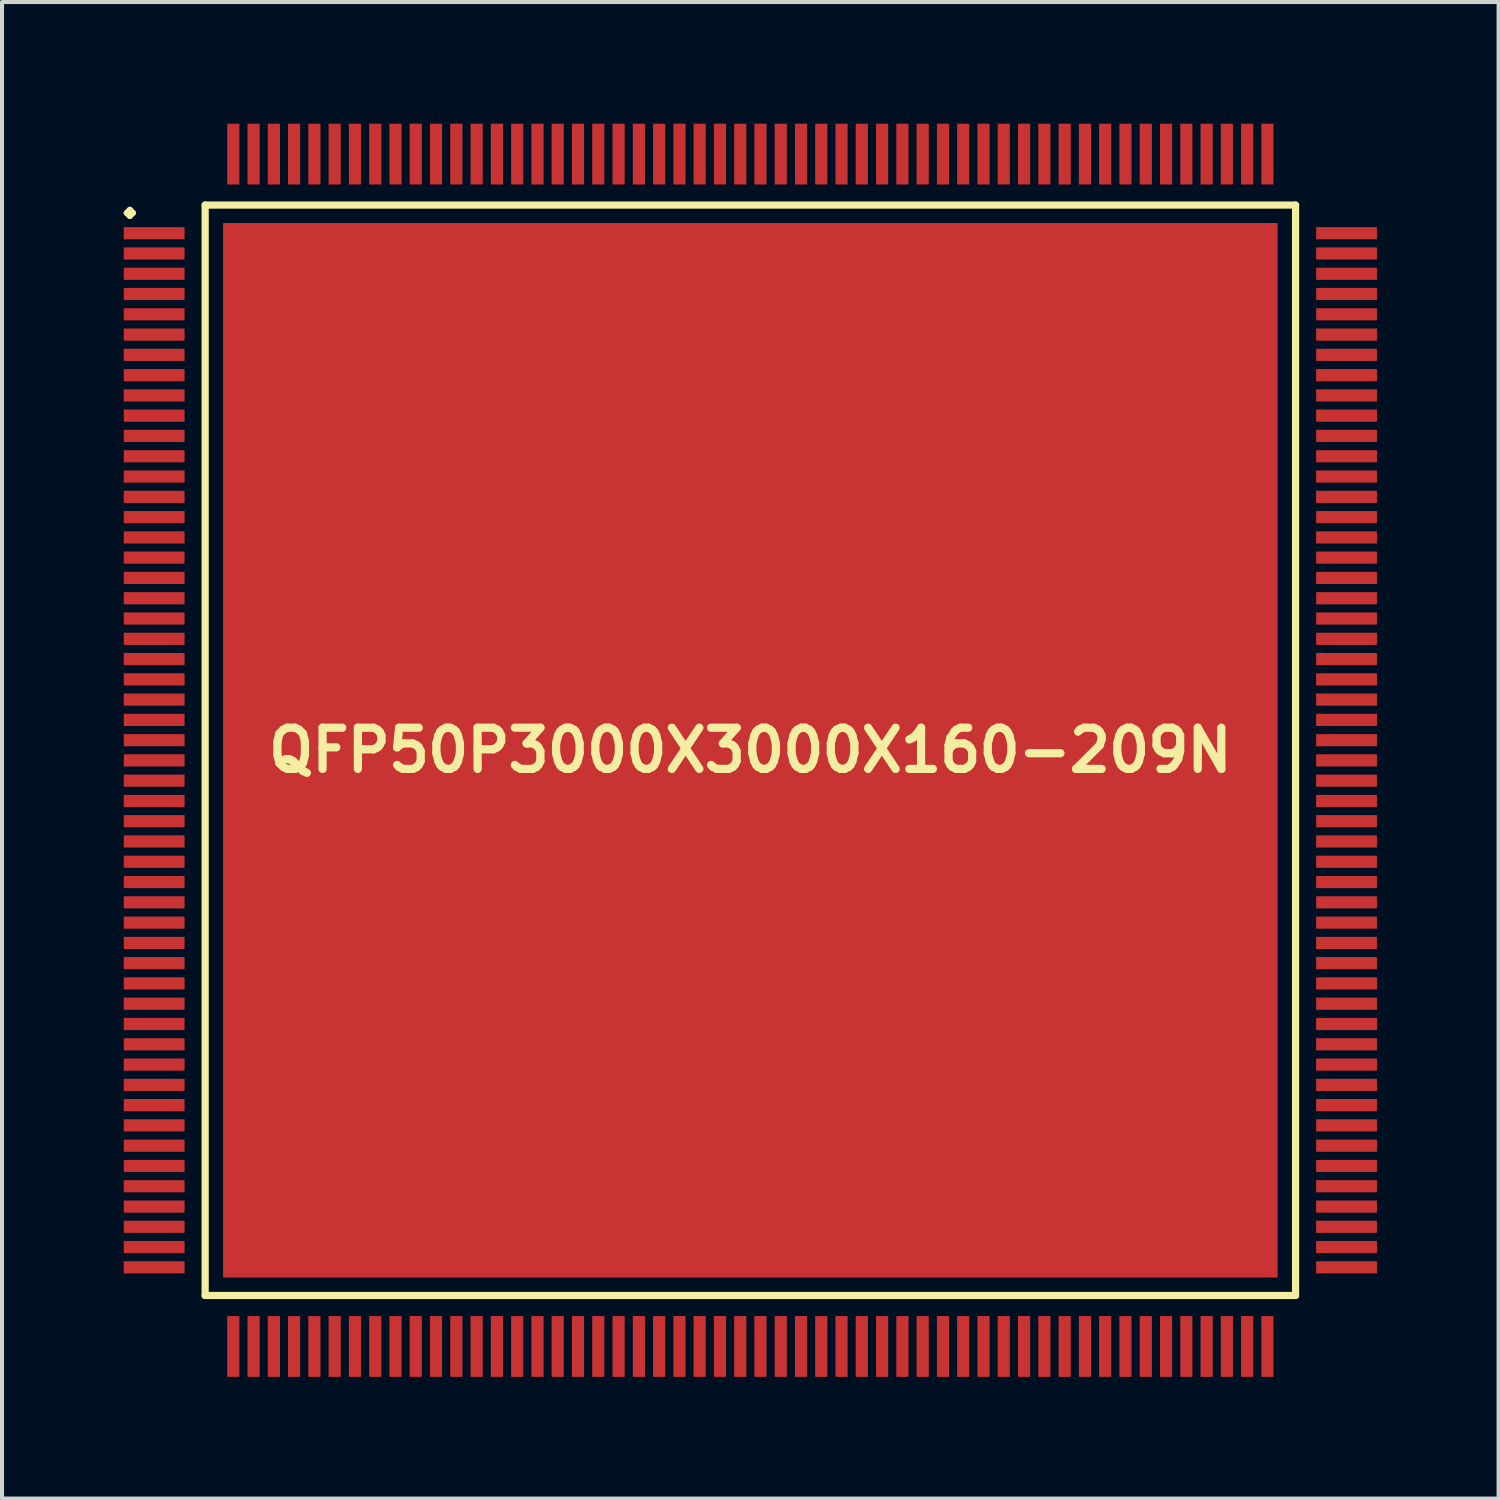
<source format=kicad_pcb>
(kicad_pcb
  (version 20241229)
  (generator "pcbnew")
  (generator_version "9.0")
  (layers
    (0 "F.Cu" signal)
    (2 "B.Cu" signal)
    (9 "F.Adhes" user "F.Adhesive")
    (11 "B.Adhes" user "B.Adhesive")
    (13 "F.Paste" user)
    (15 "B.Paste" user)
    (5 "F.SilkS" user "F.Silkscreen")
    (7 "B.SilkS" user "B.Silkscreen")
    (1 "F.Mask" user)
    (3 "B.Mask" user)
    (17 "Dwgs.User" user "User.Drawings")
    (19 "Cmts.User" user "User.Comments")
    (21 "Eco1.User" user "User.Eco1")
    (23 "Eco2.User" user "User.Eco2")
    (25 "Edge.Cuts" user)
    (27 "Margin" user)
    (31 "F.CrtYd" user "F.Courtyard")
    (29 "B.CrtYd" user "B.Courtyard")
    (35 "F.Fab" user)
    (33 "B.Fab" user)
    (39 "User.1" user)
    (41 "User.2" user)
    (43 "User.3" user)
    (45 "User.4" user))
  (footprint "QFP50P3000X3000X160-209N"
    (layer "F.Cu")
    (at 15.45 15.448)
    (property "Reference" "QFP50P3000X3000X160-209N" (at 0 0 0) (layer "F.SilkS") (effects (font (size 1.016 1.016) (thickness 0.203))))
    (attr smd)
    (fp_line (start -15.375 -13.249) (end -15.298 -13.325) (stroke (width 0.15) (type solid)) (layer "F.SilkS"))
    (fp_line (start -15.298 -13.325) (end -15.225 -13.249) (stroke (width 0.15) (type solid)) (layer "F.SilkS"))
    (fp_line (start -15.298 -13.175) (end -15.375 -13.249) (stroke (width 0.15) (type solid)) (layer "F.SilkS"))
    (fp_line (start -15.225 -13.249) (end -15.298 -13.175) (stroke (width 0.15) (type solid)) (layer "F.SilkS"))
    (fp_line (start -13.442 -13.442) (end -13.442 13.442) (stroke (width 0.178) (type solid)) (layer "F.SilkS"))
    (fp_line (start -13.442 13.442) (end 13.442 13.442) (stroke (width 0.178) (type solid)) (layer "F.SilkS"))
    (fp_line (start 13.442 -13.442) (end -13.442 -13.442) (stroke (width 0.178) (type solid)) (layer "F.SilkS"))
    (fp_line (start 13.442 13.442) (end 13.442 -13.442) (stroke (width 0.178) (type solid)) (layer "F.SilkS"))
    (pad "1" smd rect (at -14.699 -12.748) (size 1.499 0.3) (layers "F.Cu" "F.Mask" "F.Paste"))
    (pad "2" smd rect (at -14.699 -12.248) (size 1.499 0.3) (layers "F.Cu" "F.Mask" "F.Paste"))
    (pad "3" smd rect (at -14.699 -11.748) (size 1.499 0.3) (layers "F.Cu" "F.Mask" "F.Paste"))
    (pad "4" smd rect (at -14.699 -11.25) (size 1.499 0.3) (layers "F.Cu" "F.Mask" "F.Paste"))
    (pad "5" smd rect (at -14.699 -10.749) (size 1.499 0.3) (layers "F.Cu" "F.Mask" "F.Paste"))
    (pad "6" smd rect (at -14.699 -10.249) (size 1.499 0.3) (layers "F.Cu" "F.Mask" "F.Paste"))
    (pad "7" smd rect (at -14.699 -9.749) (size 1.499 0.3) (layers "F.Cu" "F.Mask" "F.Paste"))
    (pad "8" smd rect (at -14.699 -9.248) (size 1.499 0.3) (layers "F.Cu" "F.Mask" "F.Paste"))
    (pad "9" smd rect (at -14.699 -8.748) (size 1.499 0.3) (layers "F.Cu" "F.Mask" "F.Paste"))
    (pad "10" smd rect (at -14.699 -8.25) (size 1.499 0.3) (layers "F.Cu" "F.Mask" "F.Paste"))
    (pad "11" smd rect (at -14.699 -7.75) (size 1.499 0.3) (layers "F.Cu" "F.Mask" "F.Paste"))
    (pad "12" smd rect (at -14.699 -7.249) (size 1.499 0.3) (layers "F.Cu" "F.Mask" "F.Paste"))
    (pad "13" smd rect (at -14.699 -6.749) (size 1.499 0.3) (layers "F.Cu" "F.Mask" "F.Paste"))
    (pad "14" smd rect (at -14.699 -6.248) (size 1.499 0.3) (layers "F.Cu" "F.Mask" "F.Paste"))
    (pad "15" smd rect (at -14.699 -5.748) (size 1.499 0.3) (layers "F.Cu" "F.Mask" "F.Paste"))
    (pad "16" smd rect (at -14.699 -5.248) (size 1.499 0.3) (layers "F.Cu" "F.Mask" "F.Paste"))
    (pad "17" smd rect (at -14.699 -4.75) (size 1.499 0.3) (layers "F.Cu" "F.Mask" "F.Paste"))
    (pad "18" smd rect (at -14.699 -4.249) (size 1.499 0.3) (layers "F.Cu" "F.Mask" "F.Paste"))
    (pad "19" smd rect (at -14.699 -3.749) (size 1.499 0.3) (layers "F.Cu" "F.Mask" "F.Paste"))
    (pad "20" smd rect (at -14.699 -3.249) (size 1.499 0.3) (layers "F.Cu" "F.Mask" "F.Paste"))
    (pad "21" smd rect (at -14.699 -2.748) (size 1.499 0.3) (layers "F.Cu" "F.Mask" "F.Paste"))
    (pad "22" smd rect (at -14.699 -2.248) (size 1.499 0.3) (layers "F.Cu" "F.Mask" "F.Paste"))
    (pad "23" smd rect (at -14.699 -1.748) (size 1.499 0.3) (layers "F.Cu" "F.Mask" "F.Paste"))
    (pad "24" smd rect (at -14.699 -1.25) (size 1.499 0.3) (layers "F.Cu" "F.Mask" "F.Paste"))
    (pad "25" smd rect (at -14.699 -0.749) (size 1.499 0.3) (layers "F.Cu" "F.Mask" "F.Paste"))
    (pad "26" smd rect (at -14.699 -0.249) (size 1.499 0.3) (layers "F.Cu" "F.Mask" "F.Paste"))
    (pad "27" smd rect (at -14.699 0.249) (size 1.499 0.3) (layers "F.Cu" "F.Mask" "F.Paste"))
    (pad "28" smd rect (at -14.699 0.749) (size 1.499 0.3) (layers "F.Cu" "F.Mask" "F.Paste"))
    (pad "29" smd rect (at -14.699 1.25) (size 1.499 0.3) (layers "F.Cu" "F.Mask" "F.Paste"))
    (pad "30" smd rect (at -14.699 1.748) (size 1.499 0.3) (layers "F.Cu" "F.Mask" "F.Paste"))
    (pad "31" smd rect (at -14.699 2.248) (size 1.499 0.3) (layers "F.Cu" "F.Mask" "F.Paste"))
    (pad "32" smd rect (at -14.699 2.748) (size 1.499 0.3) (layers "F.Cu" "F.Mask" "F.Paste"))
    (pad "33" smd rect (at -14.699 3.249) (size 1.499 0.3) (layers "F.Cu" "F.Mask" "F.Paste"))
    (pad "34" smd rect (at -14.699 3.749) (size 1.499 0.3) (layers "F.Cu" "F.Mask" "F.Paste"))
    (pad "35" smd rect (at -14.699 4.249) (size 1.499 0.3) (layers "F.Cu" "F.Mask" "F.Paste"))
    (pad "36" smd rect (at -14.699 4.75) (size 1.499 0.3) (layers "F.Cu" "F.Mask" "F.Paste"))
    (pad "37" smd rect (at -14.699 5.248) (size 1.499 0.3) (layers "F.Cu" "F.Mask" "F.Paste"))
    (pad "38" smd rect (at -14.699 5.748) (size 1.499 0.3) (layers "F.Cu" "F.Mask" "F.Paste"))
    (pad "39" smd rect (at -14.699 6.248) (size 1.499 0.3) (layers "F.Cu" "F.Mask" "F.Paste"))
    (pad "40" smd rect (at -14.699 6.749) (size 1.499 0.3) (layers "F.Cu" "F.Mask" "F.Paste"))
    (pad "41" smd rect (at -14.699 7.249) (size 1.499 0.3) (layers "F.Cu" "F.Mask" "F.Paste"))
    (pad "42" smd rect (at -14.699 7.75) (size 1.499 0.3) (layers "F.Cu" "F.Mask" "F.Paste"))
    (pad "43" smd rect (at -14.699 8.25) (size 1.499 0.3) (layers "F.Cu" "F.Mask" "F.Paste"))
    (pad "44" smd rect (at -14.699 8.748) (size 1.499 0.3) (layers "F.Cu" "F.Mask" "F.Paste"))
    (pad "45" smd rect (at -14.699 9.248) (size 1.499 0.3) (layers "F.Cu" "F.Mask" "F.Paste"))
    (pad "46" smd rect (at -14.699 9.749) (size 1.499 0.3) (layers "F.Cu" "F.Mask" "F.Paste"))
    (pad "47" smd rect (at -14.699 10.249) (size 1.499 0.3) (layers "F.Cu" "F.Mask" "F.Paste"))
    (pad "48" smd rect (at -14.699 10.749) (size 1.499 0.3) (layers "F.Cu" "F.Mask" "F.Paste"))
    (pad "49" smd rect (at -14.699 11.25) (size 1.499 0.3) (layers "F.Cu" "F.Mask" "F.Paste"))
    (pad "50" smd rect (at -14.699 11.748) (size 1.499 0.3) (layers "F.Cu" "F.Mask" "F.Paste"))
    (pad "51" smd rect (at -14.699 12.248) (size 1.499 0.3) (layers "F.Cu" "F.Mask" "F.Paste"))
    (pad "52" smd rect (at -14.699 12.748) (size 1.499 0.3) (layers "F.Cu" "F.Mask" "F.Paste"))
    (pad "53" smd rect (at -12.748 14.699) (size 0.3 1.499) (layers "F.Cu" "F.Mask" "F.Paste"))
    (pad "54" smd rect (at -12.248 14.699) (size 0.3 1.499) (layers "F.Cu" "F.Mask" "F.Paste"))
    (pad "55" smd rect (at -11.748 14.699) (size 0.3 1.499) (layers "F.Cu" "F.Mask" "F.Paste"))
    (pad "56" smd rect (at -11.25 14.699) (size 0.3 1.499) (layers "F.Cu" "F.Mask" "F.Paste"))
    (pad "57" smd rect (at -10.749 14.699) (size 0.3 1.499) (layers "F.Cu" "F.Mask" "F.Paste"))
    (pad "58" smd rect (at -10.249 14.699) (size 0.3 1.499) (layers "F.Cu" "F.Mask" "F.Paste"))
    (pad "59" smd rect (at -9.749 14.699) (size 0.3 1.499) (layers "F.Cu" "F.Mask" "F.Paste"))
    (pad "60" smd rect (at -9.248 14.699) (size 0.3 1.499) (layers "F.Cu" "F.Mask" "F.Paste"))
    (pad "61" smd rect (at -8.748 14.699) (size 0.3 1.499) (layers "F.Cu" "F.Mask" "F.Paste"))
    (pad "62" smd rect (at -8.25 14.699) (size 0.3 1.499) (layers "F.Cu" "F.Mask" "F.Paste"))
    (pad "63" smd rect (at -7.75 14.699) (size 0.3 1.499) (layers "F.Cu" "F.Mask" "F.Paste"))
    (pad "64" smd rect (at -7.249 14.699) (size 0.3 1.499) (layers "F.Cu" "F.Mask" "F.Paste"))
    (pad "65" smd rect (at -6.749 14.699) (size 0.3 1.499) (layers "F.Cu" "F.Mask" "F.Paste"))
    (pad "66" smd rect (at -6.248 14.699) (size 0.3 1.499) (layers "F.Cu" "F.Mask" "F.Paste"))
    (pad "67" smd rect (at -5.748 14.699) (size 0.3 1.499) (layers "F.Cu" "F.Mask" "F.Paste"))
    (pad "68" smd rect (at -5.248 14.699) (size 0.3 1.499) (layers "F.Cu" "F.Mask" "F.Paste"))
    (pad "69" smd rect (at -4.75 14.699) (size 0.3 1.499) (layers "F.Cu" "F.Mask" "F.Paste"))
    (pad "70" smd rect (at -4.249 14.699) (size 0.3 1.499) (layers "F.Cu" "F.Mask" "F.Paste"))
    (pad "71" smd rect (at -3.749 14.699) (size 0.3 1.499) (layers "F.Cu" "F.Mask" "F.Paste"))
    (pad "72" smd rect (at -3.249 14.699) (size 0.3 1.499) (layers "F.Cu" "F.Mask" "F.Paste"))
    (pad "73" smd rect (at -2.748 14.699) (size 0.3 1.499) (layers "F.Cu" "F.Mask" "F.Paste"))
    (pad "74" smd rect (at -2.248 14.699) (size 0.3 1.499) (layers "F.Cu" "F.Mask" "F.Paste"))
    (pad "75" smd rect (at -1.748 14.699) (size 0.3 1.499) (layers "F.Cu" "F.Mask" "F.Paste"))
    (pad "76" smd rect (at -1.25 14.699) (size 0.3 1.499) (layers "F.Cu" "F.Mask" "F.Paste"))
    (pad "77" smd rect (at -0.749 14.699) (size 0.3 1.499) (layers "F.Cu" "F.Mask" "F.Paste"))
    (pad "78" smd rect (at -0.249 14.699) (size 0.3 1.499) (layers "F.Cu" "F.Mask" "F.Paste"))
    (pad "79" smd rect (at 0.249 14.699) (size 0.3 1.499) (layers "F.Cu" "F.Mask" "F.Paste"))
    (pad "80" smd rect (at 0.749 14.699) (size 0.3 1.499) (layers "F.Cu" "F.Mask" "F.Paste"))
    (pad "81" smd rect (at 1.25 14.699) (size 0.3 1.499) (layers "F.Cu" "F.Mask" "F.Paste"))
    (pad "82" smd rect (at 1.748 14.699) (size 0.3 1.499) (layers "F.Cu" "F.Mask" "F.Paste"))
    (pad "83" smd rect (at 2.248 14.699) (size 0.3 1.499) (layers "F.Cu" "F.Mask" "F.Paste"))
    (pad "84" smd rect (at 2.748 14.699) (size 0.3 1.499) (layers "F.Cu" "F.Mask" "F.Paste"))
    (pad "85" smd rect (at 3.249 14.699) (size 0.3 1.499) (layers "F.Cu" "F.Mask" "F.Paste"))
    (pad "86" smd rect (at 3.749 14.699) (size 0.3 1.499) (layers "F.Cu" "F.Mask" "F.Paste"))
    (pad "87" smd rect (at 4.249 14.699) (size 0.3 1.499) (layers "F.Cu" "F.Mask" "F.Paste"))
    (pad "88" smd rect (at 4.75 14.699) (size 0.3 1.499) (layers "F.Cu" "F.Mask" "F.Paste"))
    (pad "89" smd rect (at 5.248 14.699) (size 0.3 1.499) (layers "F.Cu" "F.Mask" "F.Paste"))
    (pad "90" smd rect (at 5.748 14.699) (size 0.3 1.499) (layers "F.Cu" "F.Mask" "F.Paste"))
    (pad "91" smd rect (at 6.248 14.699) (size 0.3 1.499) (layers "F.Cu" "F.Mask" "F.Paste"))
    (pad "92" smd rect (at 6.749 14.699) (size 0.3 1.499) (layers "F.Cu" "F.Mask" "F.Paste"))
    (pad "93" smd rect (at 7.249 14.699) (size 0.3 1.499) (layers "F.Cu" "F.Mask" "F.Paste"))
    (pad "94" smd rect (at 7.75 14.699) (size 0.3 1.499) (layers "F.Cu" "F.Mask" "F.Paste"))
    (pad "95" smd rect (at 8.25 14.699) (size 0.3 1.499) (layers "F.Cu" "F.Mask" "F.Paste"))
    (pad "96" smd rect (at 8.748 14.699) (size 0.3 1.499) (layers "F.Cu" "F.Mask" "F.Paste"))
    (pad "97" smd rect (at 9.248 14.699) (size 0.3 1.499) (layers "F.Cu" "F.Mask" "F.Paste"))
    (pad "98" smd rect (at 9.749 14.699) (size 0.3 1.499) (layers "F.Cu" "F.Mask" "F.Paste"))
    (pad "99" smd rect (at 10.249 14.699) (size 0.3 1.499) (layers "F.Cu" "F.Mask" "F.Paste"))
    (pad "100" smd rect (at 10.749 14.699) (size 0.3 1.499) (layers "F.Cu" "F.Mask" "F.Paste"))
    (pad "101" smd rect (at 11.25 14.699) (size 0.3 1.499) (layers "F.Cu" "F.Mask" "F.Paste"))
    (pad "102" smd rect (at 11.748 14.699) (size 0.3 1.499) (layers "F.Cu" "F.Mask" "F.Paste"))
    (pad "103" smd rect (at 12.248 14.699) (size 0.3 1.499) (layers "F.Cu" "F.Mask" "F.Paste"))
    (pad "104" smd rect (at 12.748 14.699) (size 0.3 1.499) (layers "F.Cu" "F.Mask" "F.Paste"))
    (pad "105" smd rect (at 14.699 12.748) (size 1.499 0.3) (layers "F.Cu" "F.Mask" "F.Paste"))
    (pad "106" smd rect (at 14.699 12.248) (size 1.499 0.3) (layers "F.Cu" "F.Mask" "F.Paste"))
    (pad "107" smd rect (at 14.699 11.748) (size 1.499 0.3) (layers "F.Cu" "F.Mask" "F.Paste"))
    (pad "108" smd rect (at 14.699 11.25) (size 1.499 0.3) (layers "F.Cu" "F.Mask" "F.Paste"))
    (pad "109" smd rect (at 14.699 10.749) (size 1.499 0.3) (layers "F.Cu" "F.Mask" "F.Paste"))
    (pad "110" smd rect (at 14.699 10.249) (size 1.499 0.3) (layers "F.Cu" "F.Mask" "F.Paste"))
    (pad "111" smd rect (at 14.699 9.749) (size 1.499 0.3) (layers "F.Cu" "F.Mask" "F.Paste"))
    (pad "112" smd rect (at 14.699 9.248) (size 1.499 0.3) (layers "F.Cu" "F.Mask" "F.Paste"))
    (pad "113" smd rect (at 14.699 8.748) (size 1.499 0.3) (layers "F.Cu" "F.Mask" "F.Paste"))
    (pad "114" smd rect (at 14.699 8.25) (size 1.499 0.3) (layers "F.Cu" "F.Mask" "F.Paste"))
    (pad "115" smd rect (at 14.699 7.75) (size 1.499 0.3) (layers "F.Cu" "F.Mask" "F.Paste"))
    (pad "116" smd rect (at 14.699 7.249) (size 1.499 0.3) (layers "F.Cu" "F.Mask" "F.Paste"))
    (pad "117" smd rect (at 14.699 6.749) (size 1.499 0.3) (layers "F.Cu" "F.Mask" "F.Paste"))
    (pad "118" smd rect (at 14.699 6.248) (size 1.499 0.3) (layers "F.Cu" "F.Mask" "F.Paste"))
    (pad "119" smd rect (at 14.699 5.748) (size 1.499 0.3) (layers "F.Cu" "F.Mask" "F.Paste"))
    (pad "120" smd rect (at 14.699 5.248) (size 1.499 0.3) (layers "F.Cu" "F.Mask" "F.Paste"))
    (pad "121" smd rect (at 14.699 4.75) (size 1.499 0.3) (layers "F.Cu" "F.Mask" "F.Paste"))
    (pad "122" smd rect (at 14.699 4.249) (size 1.499 0.3) (layers "F.Cu" "F.Mask" "F.Paste"))
    (pad "123" smd rect (at 14.699 3.749) (size 1.499 0.3) (layers "F.Cu" "F.Mask" "F.Paste"))
    (pad "124" smd rect (at 14.699 3.249) (size 1.499 0.3) (layers "F.Cu" "F.Mask" "F.Paste"))
    (pad "125" smd rect (at 14.699 2.748) (size 1.499 0.3) (layers "F.Cu" "F.Mask" "F.Paste"))
    (pad "126" smd rect (at 14.699 2.248) (size 1.499 0.3) (layers "F.Cu" "F.Mask" "F.Paste"))
    (pad "127" smd rect (at 14.699 1.748) (size 1.499 0.3) (layers "F.Cu" "F.Mask" "F.Paste"))
    (pad "128" smd rect (at 14.699 1.25) (size 1.499 0.3) (layers "F.Cu" "F.Mask" "F.Paste"))
    (pad "129" smd rect (at 14.699 0.749) (size 1.499 0.3) (layers "F.Cu" "F.Mask" "F.Paste"))
    (pad "130" smd rect (at 14.699 0.249) (size 1.499 0.3) (layers "F.Cu" "F.Mask" "F.Paste"))
    (pad "131" smd rect (at 14.699 -0.249) (size 1.499 0.3) (layers "F.Cu" "F.Mask" "F.Paste"))
    (pad "132" smd rect (at 14.699 -0.749) (size 1.499 0.3) (layers "F.Cu" "F.Mask" "F.Paste"))
    (pad "133" smd rect (at 14.699 -1.25) (size 1.499 0.3) (layers "F.Cu" "F.Mask" "F.Paste"))
    (pad "134" smd rect (at 14.699 -1.748) (size 1.499 0.3) (layers "F.Cu" "F.Mask" "F.Paste"))
    (pad "135" smd rect (at 14.699 -2.248) (size 1.499 0.3) (layers "F.Cu" "F.Mask" "F.Paste"))
    (pad "136" smd rect (at 14.699 -2.748) (size 1.499 0.3) (layers "F.Cu" "F.Mask" "F.Paste"))
    (pad "137" smd rect (at 14.699 -3.249) (size 1.499 0.3) (layers "F.Cu" "F.Mask" "F.Paste"))
    (pad "138" smd rect (at 14.699 -3.749) (size 1.499 0.3) (layers "F.Cu" "F.Mask" "F.Paste"))
    (pad "139" smd rect (at 14.699 -4.249) (size 1.499 0.3) (layers "F.Cu" "F.Mask" "F.Paste"))
    (pad "140" smd rect (at 14.699 -4.75) (size 1.499 0.3) (layers "F.Cu" "F.Mask" "F.Paste"))
    (pad "141" smd rect (at 14.699 -5.248) (size 1.499 0.3) (layers "F.Cu" "F.Mask" "F.Paste"))
    (pad "142" smd rect (at 14.699 -5.748) (size 1.499 0.3) (layers "F.Cu" "F.Mask" "F.Paste"))
    (pad "143" smd rect (at 14.699 -6.248) (size 1.499 0.3) (layers "F.Cu" "F.Mask" "F.Paste"))
    (pad "144" smd rect (at 14.699 -6.749) (size 1.499 0.3) (layers "F.Cu" "F.Mask" "F.Paste"))
    (pad "145" smd rect (at 14.699 -7.249) (size 1.499 0.3) (layers "F.Cu" "F.Mask" "F.Paste"))
    (pad "146" smd rect (at 14.699 -7.75) (size 1.499 0.3) (layers "F.Cu" "F.Mask" "F.Paste"))
    (pad "147" smd rect (at 14.699 -8.25) (size 1.499 0.3) (layers "F.Cu" "F.Mask" "F.Paste"))
    (pad "148" smd rect (at 14.699 -8.748) (size 1.499 0.3) (layers "F.Cu" "F.Mask" "F.Paste"))
    (pad "149" smd rect (at 14.699 -9.248) (size 1.499 0.3) (layers "F.Cu" "F.Mask" "F.Paste"))
    (pad "150" smd rect (at 14.699 -9.749) (size 1.499 0.3) (layers "F.Cu" "F.Mask" "F.Paste"))
    (pad "151" smd rect (at 14.699 -10.249) (size 1.499 0.3) (layers "F.Cu" "F.Mask" "F.Paste"))
    (pad "152" smd rect (at 14.699 -10.749) (size 1.499 0.3) (layers "F.Cu" "F.Mask" "F.Paste"))
    (pad "153" smd rect (at 14.699 -11.25) (size 1.499 0.3) (layers "F.Cu" "F.Mask" "F.Paste"))
    (pad "154" smd rect (at 14.699 -11.748) (size 1.499 0.3) (layers "F.Cu" "F.Mask" "F.Paste"))
    (pad "155" smd rect (at 14.699 -12.248) (size 1.499 0.3) (layers "F.Cu" "F.Mask" "F.Paste"))
    (pad "156" smd rect (at 14.699 -12.748) (size 1.499 0.3) (layers "F.Cu" "F.Mask" "F.Paste"))
    (pad "157" smd rect (at 12.748 -14.699) (size 0.3 1.499) (layers "F.Cu" "F.Mask" "F.Paste"))
    (pad "158" smd rect (at 12.248 -14.699) (size 0.3 1.499) (layers "F.Cu" "F.Mask" "F.Paste"))
    (pad "159" smd rect (at 11.748 -14.699) (size 0.3 1.499) (layers "F.Cu" "F.Mask" "F.Paste"))
    (pad "160" smd rect (at 11.25 -14.699) (size 0.3 1.499) (layers "F.Cu" "F.Mask" "F.Paste"))
    (pad "161" smd rect (at 10.749 -14.699) (size 0.3 1.499) (layers "F.Cu" "F.Mask" "F.Paste"))
    (pad "162" smd rect (at 10.249 -14.699) (size 0.3 1.499) (layers "F.Cu" "F.Mask" "F.Paste"))
    (pad "163" smd rect (at 9.749 -14.699) (size 0.3 1.499) (layers "F.Cu" "F.Mask" "F.Paste"))
    (pad "164" smd rect (at 9.248 -14.699) (size 0.3 1.499) (layers "F.Cu" "F.Mask" "F.Paste"))
    (pad "165" smd rect (at 8.748 -14.699) (size 0.3 1.499) (layers "F.Cu" "F.Mask" "F.Paste"))
    (pad "166" smd rect (at 8.25 -14.699) (size 0.3 1.499) (layers "F.Cu" "F.Mask" "F.Paste"))
    (pad "167" smd rect (at 7.75 -14.699) (size 0.3 1.499) (layers "F.Cu" "F.Mask" "F.Paste"))
    (pad "168" smd rect (at 7.249 -14.699) (size 0.3 1.499) (layers "F.Cu" "F.Mask" "F.Paste"))
    (pad "169" smd rect (at 6.749 -14.699) (size 0.3 1.499) (layers "F.Cu" "F.Mask" "F.Paste"))
    (pad "170" smd rect (at 6.248 -14.699) (size 0.3 1.499) (layers "F.Cu" "F.Mask" "F.Paste"))
    (pad "171" smd rect (at 5.748 -14.699) (size 0.3 1.499) (layers "F.Cu" "F.Mask" "F.Paste"))
    (pad "172" smd rect (at 5.248 -14.699) (size 0.3 1.499) (layers "F.Cu" "F.Mask" "F.Paste"))
    (pad "173" smd rect (at 4.75 -14.699) (size 0.3 1.499) (layers "F.Cu" "F.Mask" "F.Paste"))
    (pad "174" smd rect (at 4.249 -14.699) (size 0.3 1.499) (layers "F.Cu" "F.Mask" "F.Paste"))
    (pad "175" smd rect (at 3.749 -14.699) (size 0.3 1.499) (layers "F.Cu" "F.Mask" "F.Paste"))
    (pad "176" smd rect (at 3.249 -14.699) (size 0.3 1.499) (layers "F.Cu" "F.Mask" "F.Paste"))
    (pad "177" smd rect (at 2.748 -14.699) (size 0.3 1.499) (layers "F.Cu" "F.Mask" "F.Paste"))
    (pad "178" smd rect (at 2.248 -14.699) (size 0.3 1.499) (layers "F.Cu" "F.Mask" "F.Paste"))
    (pad "179" smd rect (at 1.748 -14.699) (size 0.3 1.499) (layers "F.Cu" "F.Mask" "F.Paste"))
    (pad "180" smd rect (at 1.25 -14.699) (size 0.3 1.499) (layers "F.Cu" "F.Mask" "F.Paste"))
    (pad "181" smd rect (at 0.749 -14.699) (size 0.3 1.499) (layers "F.Cu" "F.Mask" "F.Paste"))
    (pad "182" smd rect (at 0.249 -14.699) (size 0.3 1.499) (layers "F.Cu" "F.Mask" "F.Paste"))
    (pad "183" smd rect (at -0.249 -14.699) (size 0.3 1.499) (layers "F.Cu" "F.Mask" "F.Paste"))
    (pad "184" smd rect (at -0.749 -14.699) (size 0.3 1.499) (layers "F.Cu" "F.Mask" "F.Paste"))
    (pad "185" smd rect (at -1.25 -14.699) (size 0.3 1.499) (layers "F.Cu" "F.Mask" "F.Paste"))
    (pad "186" smd rect (at -1.748 -14.699) (size 0.3 1.499) (layers "F.Cu" "F.Mask" "F.Paste"))
    (pad "187" smd rect (at -2.248 -14.699) (size 0.3 1.499) (layers "F.Cu" "F.Mask" "F.Paste"))
    (pad "188" smd rect (at -2.748 -14.699) (size 0.3 1.499) (layers "F.Cu" "F.Mask" "F.Paste"))
    (pad "189" smd rect (at -3.249 -14.699) (size 0.3 1.499) (layers "F.Cu" "F.Mask" "F.Paste"))
    (pad "190" smd rect (at -3.749 -14.699) (size 0.3 1.499) (layers "F.Cu" "F.Mask" "F.Paste"))
    (pad "191" smd rect (at -4.249 -14.699) (size 0.3 1.499) (layers "F.Cu" "F.Mask" "F.Paste"))
    (pad "192" smd rect (at -4.75 -14.699) (size 0.3 1.499) (layers "F.Cu" "F.Mask" "F.Paste"))
    (pad "193" smd rect (at -5.248 -14.699) (size 0.3 1.499) (layers "F.Cu" "F.Mask" "F.Paste"))
    (pad "194" smd rect (at -5.748 -14.699) (size 0.3 1.499) (layers "F.Cu" "F.Mask" "F.Paste"))
    (pad "195" smd rect (at -6.248 -14.699) (size 0.3 1.499) (layers "F.Cu" "F.Mask" "F.Paste"))
    (pad "196" smd rect (at -6.749 -14.699) (size 0.3 1.499) (layers "F.Cu" "F.Mask" "F.Paste"))
    (pad "197" smd rect (at -7.249 -14.699) (size 0.3 1.499) (layers "F.Cu" "F.Mask" "F.Paste"))
    (pad "198" smd rect (at -7.75 -14.699) (size 0.3 1.499) (layers "F.Cu" "F.Mask" "F.Paste"))
    (pad "199" smd rect (at -8.25 -14.699) (size 0.3 1.499) (layers "F.Cu" "F.Mask" "F.Paste"))
    (pad "200" smd rect (at -8.748 -14.699) (size 0.3 1.499) (layers "F.Cu" "F.Mask" "F.Paste"))
    (pad "201" smd rect (at -9.248 -14.699) (size 0.3 1.499) (layers "F.Cu" "F.Mask" "F.Paste"))
    (pad "202" smd rect (at -9.749 -14.699) (size 0.3 1.499) (layers "F.Cu" "F.Mask" "F.Paste"))
    (pad "203" smd rect (at -10.249 -14.699) (size 0.3 1.499) (layers "F.Cu" "F.Mask" "F.Paste"))
    (pad "204" smd rect (at -10.749 -14.699) (size 0.3 1.499) (layers "F.Cu" "F.Mask" "F.Paste"))
    (pad "205" smd rect (at -11.25 -14.699) (size 0.3 1.499) (layers "F.Cu" "F.Mask" "F.Paste"))
    (pad "206" smd rect (at -11.748 -14.699) (size 0.3 1.499) (layers "F.Cu" "F.Mask" "F.Paste"))
    (pad "207" smd rect (at -12.248 -14.699) (size 0.3 1.499) (layers "F.Cu" "F.Mask" "F.Paste"))
    (pad "208" smd rect (at -12.748 -14.699) (size 0.3 1.499) (layers "F.Cu" "F.Mask" "F.Paste"))
    (pad "209" smd rect (at 0 0) (size 25.999 25.999) (layers "F.Cu" "F.Mask" "F.Paste")))
  (gr_rect
    (start -3 -3)
    (end 33.898 33.897)
    (stroke (width 0.1) (type default))
    (fill no)
    (layer "Edge.Cuts")))
</source>
